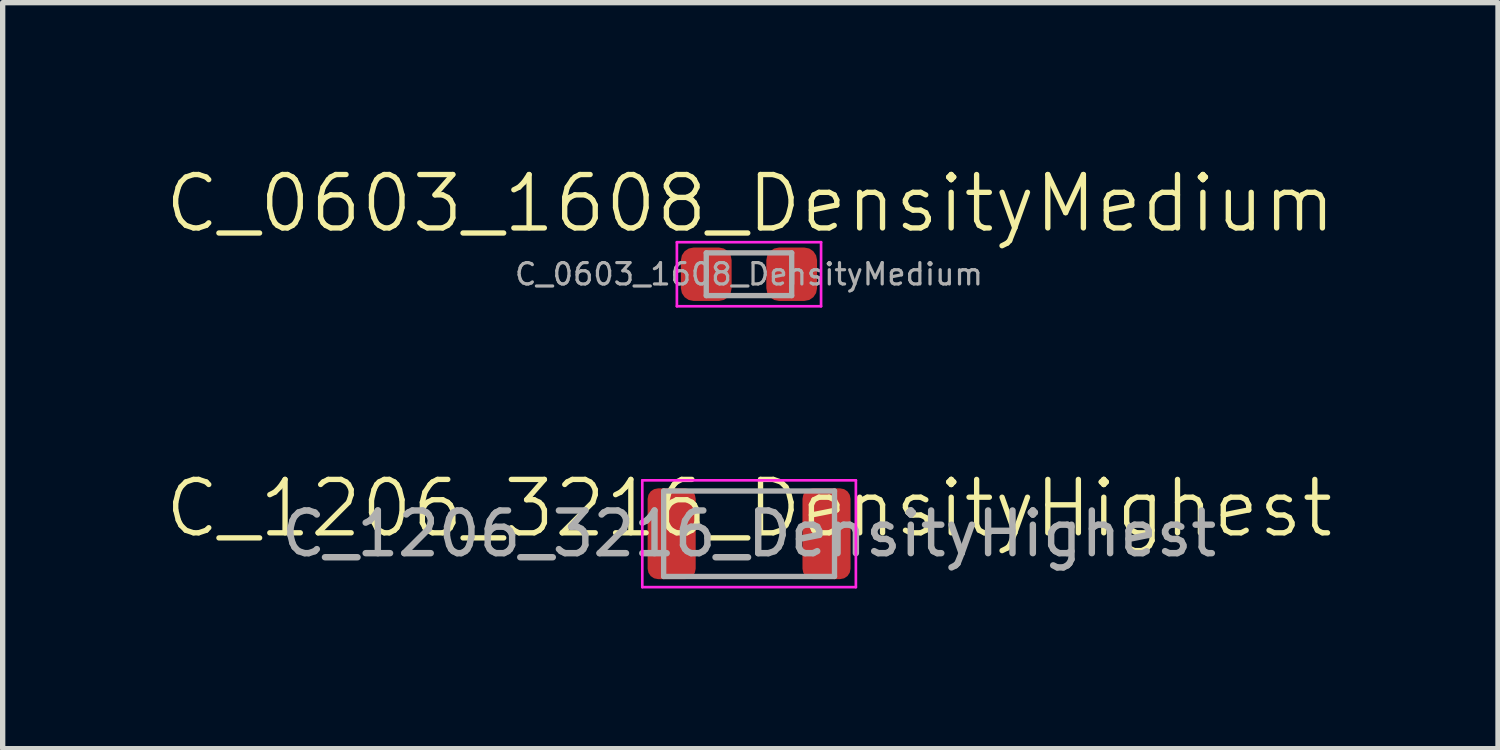
<source format=kicad_pcb>
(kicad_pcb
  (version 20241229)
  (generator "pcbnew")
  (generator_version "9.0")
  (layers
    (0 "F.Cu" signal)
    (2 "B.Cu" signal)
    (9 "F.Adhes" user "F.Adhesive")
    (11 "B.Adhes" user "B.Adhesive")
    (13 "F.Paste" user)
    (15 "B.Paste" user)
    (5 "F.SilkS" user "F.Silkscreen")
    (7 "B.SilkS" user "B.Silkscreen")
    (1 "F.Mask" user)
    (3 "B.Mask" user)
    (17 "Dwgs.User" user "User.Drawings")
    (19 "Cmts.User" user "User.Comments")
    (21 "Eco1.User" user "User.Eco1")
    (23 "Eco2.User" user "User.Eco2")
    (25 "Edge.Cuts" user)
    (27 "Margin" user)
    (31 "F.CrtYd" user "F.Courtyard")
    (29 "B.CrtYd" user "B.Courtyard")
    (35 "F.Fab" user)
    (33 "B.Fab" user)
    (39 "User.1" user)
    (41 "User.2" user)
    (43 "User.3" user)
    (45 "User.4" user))
  (footprint "C_0603_1608_DensityMedium"
    (layer "F.Cu")
    (at 10.977 2.086)
    (property "Reference" "C_0603_1608_DensityMedium" (at 0.025 -1.325 0) (unlocked yes) (layer "F.SilkS") (effects (font (size 1 1) (thickness 0.1))))
    (attr smd)
    (fp_line (start -1.35 -0.6) (end 1.35 -0.6) (stroke (width 0.05) (type solid)) (layer "F.CrtYd"))
    (fp_line (start -1.35 0.6) (end -1.35 -0.6) (stroke (width 0.05) (type solid)) (layer "F.CrtYd"))
    (fp_line (start 1.35 -0.6) (end 1.35 0.6) (stroke (width 0.05) (type solid)) (layer "F.CrtYd"))
    (fp_line (start 1.35 0.6) (end -1.35 0.6) (stroke (width 0.05) (type solid)) (layer "F.CrtYd"))
    (fp_line (start -0.8 -0.4) (end 0.8 -0.4) (stroke (width 0.1) (type solid)) (layer "F.Fab"))
    (fp_line (start -0.8 0.4) (end -0.8 -0.4) (stroke (width 0.1) (type solid)) (layer "F.Fab"))
    (fp_line (start 0.8 -0.4) (end 0.8 0.4) (stroke (width 0.1) (type solid)) (layer "F.Fab"))
    (fp_line (start 0.8 0.4) (end -0.8 0.4) (stroke (width 0.1) (type solid)) (layer "F.Fab"))
    (fp_text user "${REFERENCE}" (at 0 0 0) (layer "F.Fab") (effects (font (size 0.4 0.4) (thickness 0.06))))
    (pad "1" smd roundrect (at -0.8 0) (size 0.95 1) (layers "F.Cu" "F.Mask" "F.Paste") (roundrect_rratio 0.25))
    (pad "2" smd roundrect (at 0.8 0) (size 0.95 1) (layers "F.Cu" "F.Mask" "F.Paste") (roundrect_rratio 0.25)))
  (footprint "C_1206_3216_DensityHighest"
    (layer "F.Cu")
    (at 10.979 6.946)
    (property "Reference" "C_1206_3216_DensityHighest" (at 0 -0.475 0) (unlocked yes) (layer "F.SilkS") (effects (font (size 1 1) (thickness 0.1))))
    (attr smd)
    (fp_line (start -2 -1) (end 2 -1) (stroke (width 0.05) (type solid)) (layer "F.CrtYd"))
    (fp_line (start -2 1) (end -2 -1) (stroke (width 0.05) (type solid)) (layer "F.CrtYd"))
    (fp_line (start 2 -1) (end 2 1) (stroke (width 0.05) (type solid)) (layer "F.CrtYd"))
    (fp_line (start 2 1) (end -2 1) (stroke (width 0.05) (type solid)) (layer "F.CrtYd"))
    (fp_line (start -1.6 -0.8) (end 1.6 -0.8) (stroke (width 0.1) (type solid)) (layer "F.Fab"))
    (fp_line (start -1.6 0.8) (end -1.6 -0.8) (stroke (width 0.1) (type solid)) (layer "F.Fab"))
    (fp_line (start 1.6 -0.8) (end 1.6 0.8) (stroke (width 0.1) (type solid)) (layer "F.Fab"))
    (fp_line (start 1.6 0.8) (end -1.6 0.8) (stroke (width 0.1) (type solid)) (layer "F.Fab"))
    (fp_text user "${REFERENCE}" (at 0 0 0) (layer "F.Fab") (effects (font (size 0.8 0.8) (thickness 0.12))))
    (pad "1" smd roundrect (at -1.45 0) (size 0.9 1.7) (layers "F.Cu" "F.Mask" "F.Paste") (roundrect_rratio 0.217))
    (pad "2" smd roundrect (at 1.45 0) (size 0.9 1.7) (layers "F.Cu" "F.Mask" "F.Paste") (roundrect_rratio 0.217)))
  (gr_rect
    (start -3 -3)
    (end 25.005 10.971)
    (stroke (width 0.1) (type default))
    (fill no)
    (layer "Edge.Cuts")))
</source>
